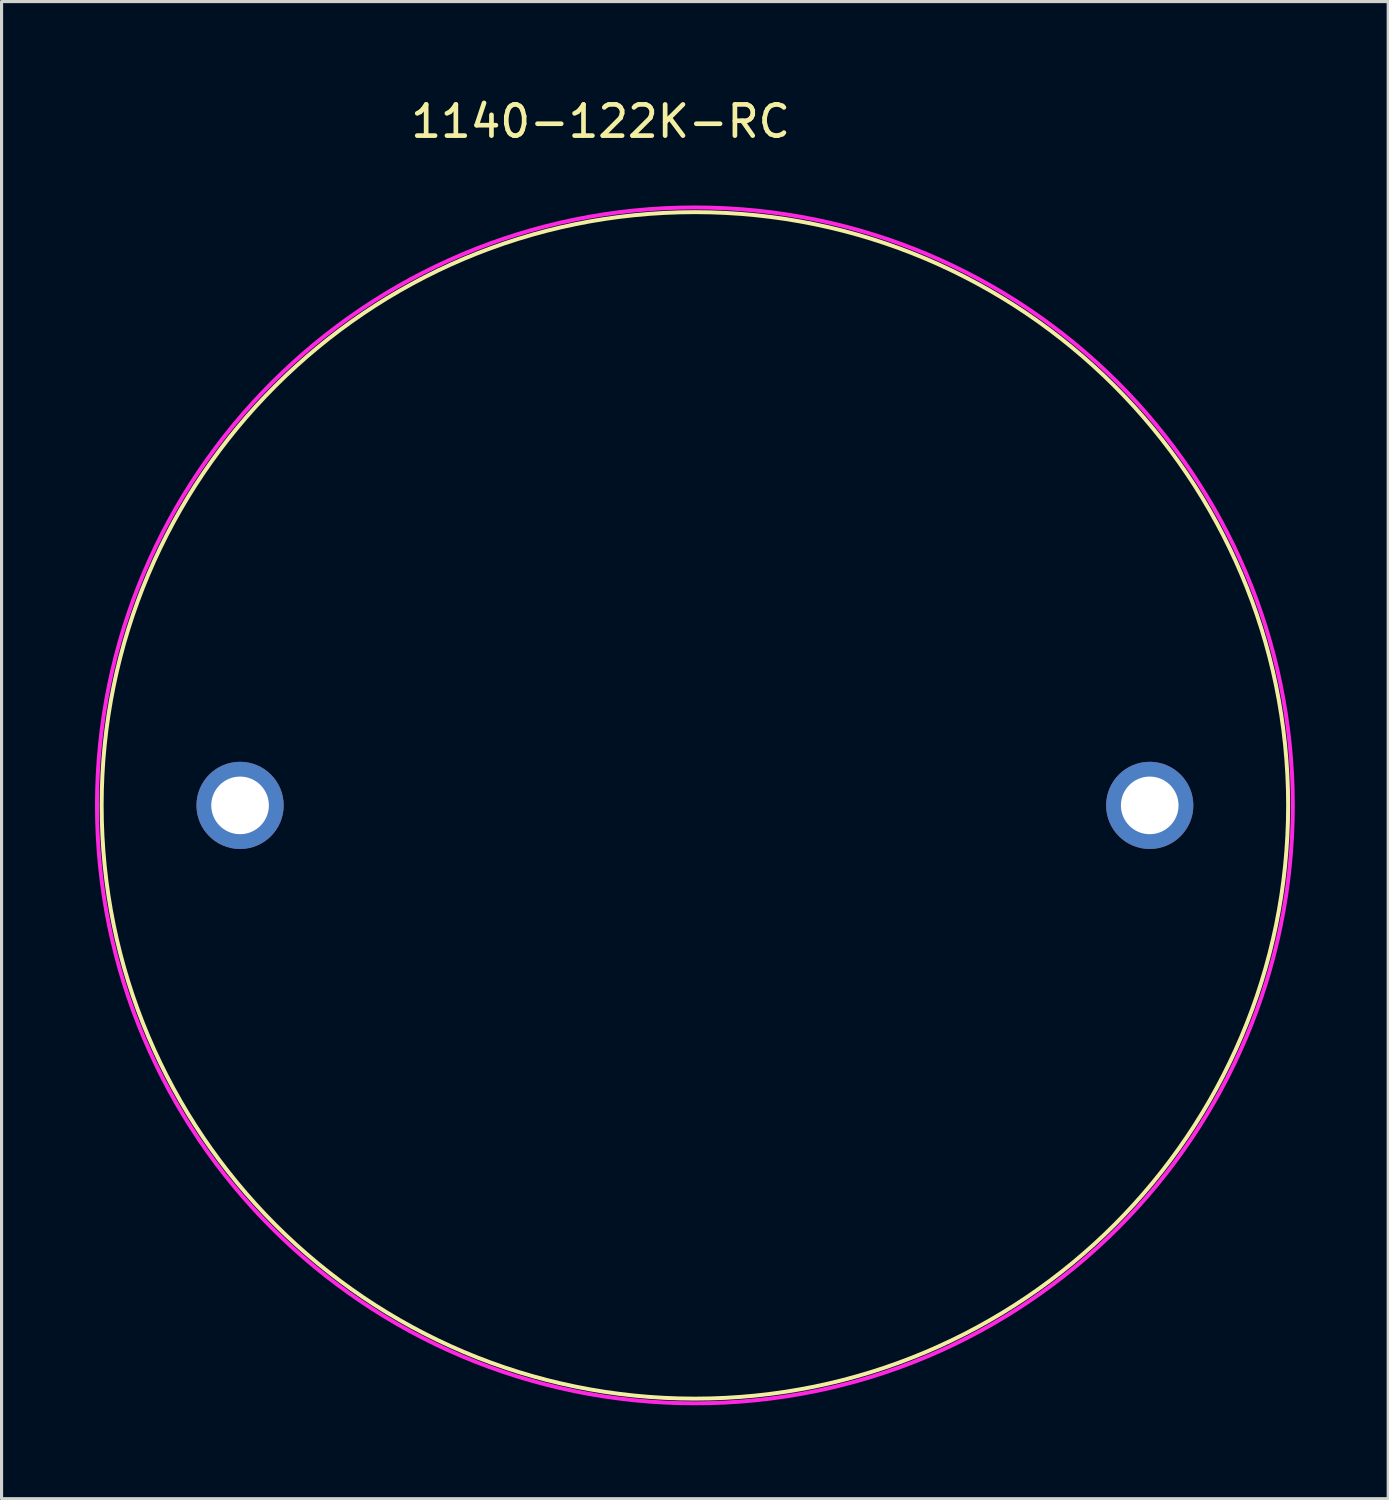
<source format=kicad_pcb>
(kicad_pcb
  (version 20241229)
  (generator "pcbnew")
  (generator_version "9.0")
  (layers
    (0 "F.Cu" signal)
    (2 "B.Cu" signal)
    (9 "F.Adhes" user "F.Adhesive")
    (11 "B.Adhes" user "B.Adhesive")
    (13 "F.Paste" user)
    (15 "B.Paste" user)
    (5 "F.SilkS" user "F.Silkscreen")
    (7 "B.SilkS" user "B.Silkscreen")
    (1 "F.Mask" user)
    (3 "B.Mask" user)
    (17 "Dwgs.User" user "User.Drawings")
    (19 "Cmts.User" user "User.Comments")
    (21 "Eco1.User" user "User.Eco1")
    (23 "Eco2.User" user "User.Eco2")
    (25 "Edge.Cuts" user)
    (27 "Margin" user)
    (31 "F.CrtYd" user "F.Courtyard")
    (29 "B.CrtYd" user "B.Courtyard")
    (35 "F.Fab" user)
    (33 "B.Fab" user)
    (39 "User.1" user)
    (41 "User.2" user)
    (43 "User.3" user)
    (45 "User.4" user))
  (footprint "1140-122K-RC"
    (layer "F.Cu")
    (at 19.264 22.812)
    (property "Reference" "1140-122K-RC" (at -3.029 -21.963 0) (layer "F.SilkS") (effects (font (size 1.001 1.001) (thickness 0.15))))
    (attr through_hole)
    (fp_circle (center 0 0) (end 19.05 0) (stroke (width 0.127) (type solid)) (fill no) (layer "F.SilkS"))
    (fp_circle (center 0 0) (end 19.2 0) (stroke (width 0.127) (type solid)) (fill no) (layer "F.CrtYd"))
    (pad "1" thru_hole circle (at -14.605 0) (size 2.8 2.8) (drill 1.85) (layers "*.Cu" "*.Mask"))
    (pad "2" thru_hole circle (at 14.605 0) (size 2.8 2.8) (drill 1.85) (layers "*.Cu" "*.Mask")))
  (gr_rect
    (start -3 -3)
    (end 41.527 45.075)
    (stroke (width 0.1) (type default))
    (fill no)
    (layer "Edge.Cuts")))
</source>
